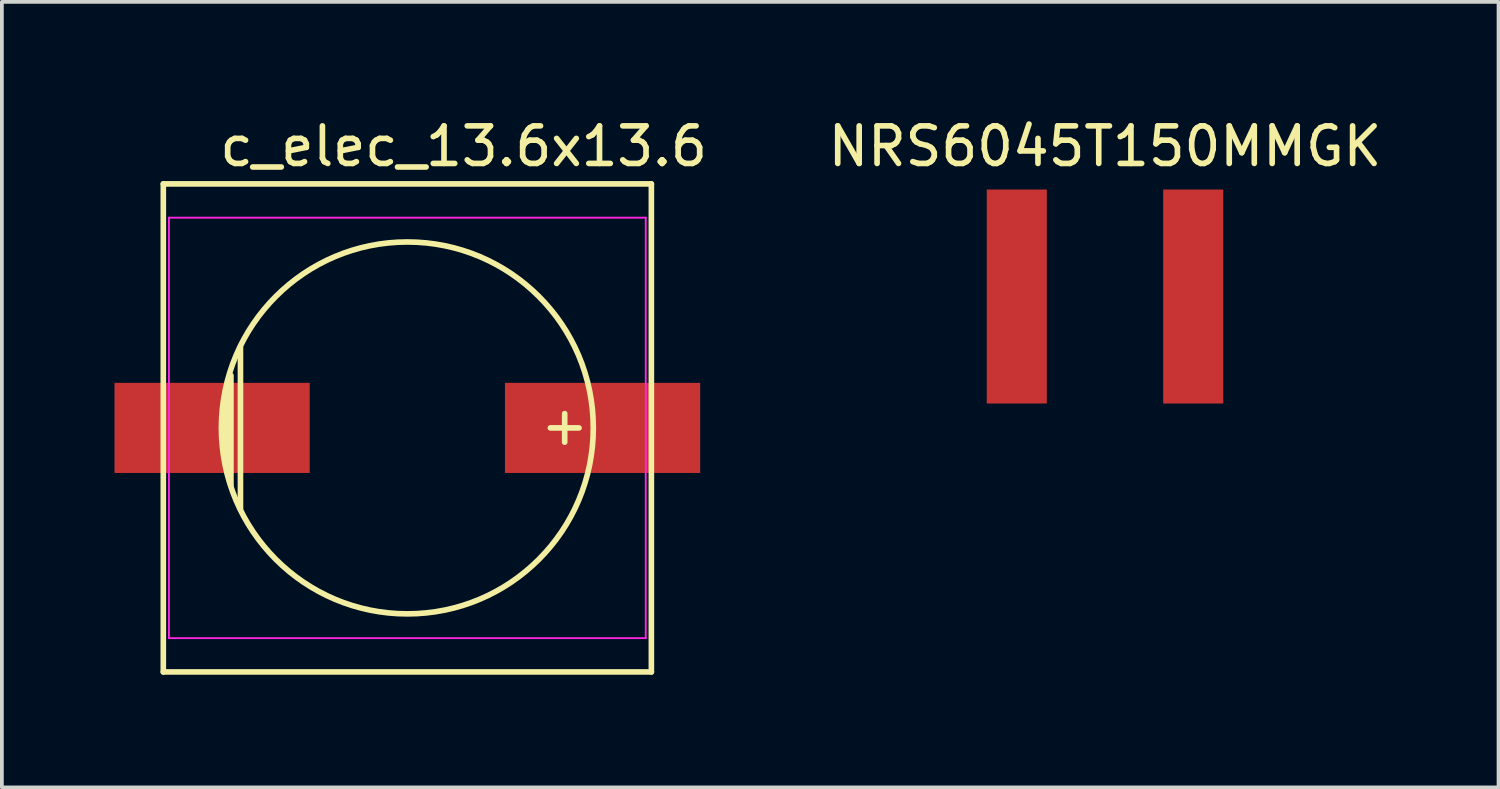
<source format=kicad_pcb>
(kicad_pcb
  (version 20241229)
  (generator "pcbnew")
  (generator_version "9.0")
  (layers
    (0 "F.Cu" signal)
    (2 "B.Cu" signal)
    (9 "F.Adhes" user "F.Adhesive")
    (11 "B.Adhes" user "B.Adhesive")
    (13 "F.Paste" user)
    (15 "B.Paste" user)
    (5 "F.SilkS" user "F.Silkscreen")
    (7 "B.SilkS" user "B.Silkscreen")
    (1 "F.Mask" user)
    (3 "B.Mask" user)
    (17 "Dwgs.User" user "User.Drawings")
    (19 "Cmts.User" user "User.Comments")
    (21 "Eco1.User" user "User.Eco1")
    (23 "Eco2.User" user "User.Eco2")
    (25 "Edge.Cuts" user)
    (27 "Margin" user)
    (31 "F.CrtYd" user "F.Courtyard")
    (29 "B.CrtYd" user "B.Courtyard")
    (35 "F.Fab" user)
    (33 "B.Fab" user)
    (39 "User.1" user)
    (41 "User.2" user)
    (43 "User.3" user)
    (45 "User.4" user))
  (footprint "NRS6045T150MMGK"
    (layer "F.Cu")
    (at 26.383 4.848)
    (property "Reference" "NRS6045T150MMGK" (at 0 -4 0) (layer "F.SilkS") (effects (font (size 1 1) (thickness 0.15))))
    (attr through_hole)
    (pad "1" smd rect (at -2.35 0) (size 1.6 5.7) (layers "F.Cu" "F.Mask" "F.Paste"))
    (pad "2" smd rect (at 2.35 0) (size 1.6 5.7) (layers "F.Cu" "F.Mask" "F.Paste")))
  (footprint "c_elec_13.6x13.6"
    (layer "F.Cu")
    (at 7.8 8.348)
    (property "Reference" "c_elec_13.6x13.6" (at 1.5 -7.5 0) (layer "F.SilkS") (effects (font (size 1 1) (thickness 0.15))))
    (attr smd)
    (fp_line (start -6.5 -6.5) (end 6.5 -6.5) (stroke (width 0.15) (type solid)) (layer "F.SilkS"))
    (fp_line (start -6.5 6.5) (end -6.5 -6.5) (stroke (width 0.15) (type solid)) (layer "F.SilkS"))
    (fp_line (start -4.826 1.016) (end -4.826 -1.016) (stroke (width 0.15) (type solid)) (layer "F.SilkS"))
    (fp_line (start -4.699 -1.397) (end -4.699 1.524) (stroke (width 0.15) (type solid)) (layer "F.SilkS"))
    (fp_line (start -4.445 -2.159) (end -4.445 2.159) (stroke (width 0.15) (type solid)) (layer "F.SilkS"))
    (fp_line (start 4.191 -0.381) (end 4.191 0.381) (stroke (width 0.15) (type solid)) (layer "F.SilkS"))
    (fp_line (start 4.572 0) (end 3.81 0) (stroke (width 0.15) (type solid)) (layer "F.SilkS"))
    (fp_line (start 6.5 -6.5) (end 6.5 6.5) (stroke (width 0.15) (type solid)) (layer "F.SilkS"))
    (fp_line (start 6.5 6.5) (end -6.5 6.5) (stroke (width 0.15) (type solid)) (layer "F.SilkS"))
    (fp_circle (center 0 0) (end 4.953 0) (stroke (width 0.15) (type solid)) (fill no) (layer "F.SilkS"))
    (fp_line (start -6.35 -5.6) (end 6.35 -5.6) (stroke (width 0.05) (type solid)) (layer "F.CrtYd"))
    (fp_line (start -6.35 5.6) (end -6.35 -5.6) (stroke (width 0.05) (type solid)) (layer "F.CrtYd"))
    (fp_line (start 6.35 -5.6) (end 6.35 5.6) (stroke (width 0.05) (type solid)) (layer "F.CrtYd"))
    (fp_line (start 6.35 5.6) (end -6.35 5.6) (stroke (width 0.05) (type solid)) (layer "F.CrtYd"))
    (pad "1" smd rect (at 5.2 0) (size 5.2 2.4) (layers "F.Cu" "F.Mask" "F.Paste"))
    (pad "2" smd rect (at -5.2 0) (size 5.2 2.4) (layers "F.Cu" "F.Mask" "F.Paste")))
  (gr_rect
    (start -3 -3)
    (end 36.865 17.923)
    (stroke (width 0.1) (type default))
    (fill no)
    (layer "Edge.Cuts")))
</source>
